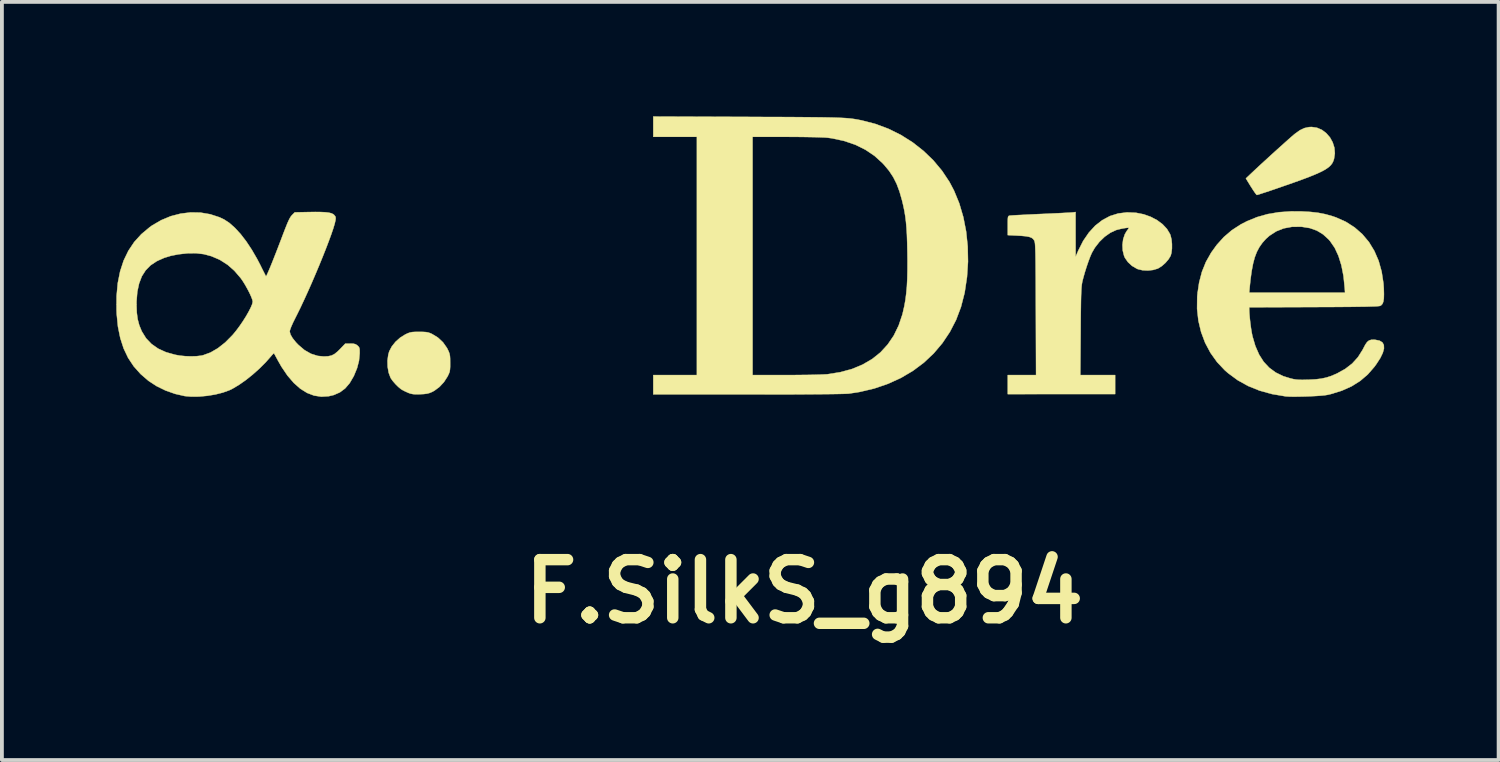
<source format=kicad_pcb>
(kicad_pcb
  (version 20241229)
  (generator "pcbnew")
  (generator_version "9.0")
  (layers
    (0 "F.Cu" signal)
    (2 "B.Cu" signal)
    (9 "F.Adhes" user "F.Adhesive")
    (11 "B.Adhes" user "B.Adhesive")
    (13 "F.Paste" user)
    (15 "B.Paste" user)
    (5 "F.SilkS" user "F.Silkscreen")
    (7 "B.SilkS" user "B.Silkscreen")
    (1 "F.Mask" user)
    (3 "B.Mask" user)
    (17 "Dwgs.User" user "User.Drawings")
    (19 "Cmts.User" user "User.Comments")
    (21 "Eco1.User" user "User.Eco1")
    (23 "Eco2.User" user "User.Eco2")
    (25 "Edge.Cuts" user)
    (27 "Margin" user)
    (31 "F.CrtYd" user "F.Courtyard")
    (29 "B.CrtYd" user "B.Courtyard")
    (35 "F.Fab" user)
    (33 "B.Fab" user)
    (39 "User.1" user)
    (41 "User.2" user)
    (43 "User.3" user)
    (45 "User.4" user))
  (footprint "F.SilkS_g894"
    (layer "F.Cu")
    (at 18.032 12.454)
    (property "Reference" "F.SilkS_g894" (at 0 0 0) (layer "F.SilkS") (effects (font (size 1.524 1.524) (thickness 0.3))))
    (attr through_hole)
    (fp_poly (pts (xy 13.44 -12.155) (xy 13.57 -12.099) (xy 13.684 -12.012) (xy 13.78 -11.902) (xy 13.851 -11.773) (xy 13.896 -11.631) (xy 13.908 -11.483) (xy 13.886 -11.337) (xy 13.867 -11.281) (xy 13.842 -11.229) (xy 13.806 -11.18) (xy 13.759 -11.133) (xy 13.696 -11.086) (xy 13.615 -11.037) (xy 13.514 -10.986) (xy 13.388 -10.93) (xy 13.236 -10.868) (xy 13.055 -10.8) (xy 12.841 -10.723) (xy 12.592 -10.636) (xy 12.351 -10.552) (xy 12.218 -10.507) (xy 12.098 -10.467) (xy 11.996 -10.434) (xy 11.92 -10.409) (xy 11.874 -10.396) (xy 11.864 -10.393) (xy 11.845 -10.411) (xy 11.81 -10.457) (xy 11.763 -10.526) (xy 11.71 -10.61) (xy 11.709 -10.61) (xy 11.576 -10.827) (xy 11.741 -10.983) (xy 11.84 -11.076) (xy 11.955 -11.183) (xy 12.081 -11.298) (xy 12.213 -11.419) (xy 12.345 -11.539) (xy 12.474 -11.655) (xy 12.593 -11.762) (xy 12.698 -11.856) (xy 12.785 -11.932) (xy 12.847 -11.985) (xy 12.866 -12) (xy 12.992 -12.09) (xy 13.109 -12.146) (xy 13.228 -12.172) (xy 13.299 -12.176) (xy 13.44 -12.155)) (stroke (width 0.01) (type solid)) (fill yes) (layer "F.SilkS"))
    (fp_poly (pts (xy -9.991 -6.804) (xy -9.914 -6.799) (xy -9.855 -6.788) (xy -9.8 -6.769) (xy -9.758 -6.75) (xy -9.604 -6.656) (xy -9.471 -6.532) (xy -9.369 -6.388) (xy -9.351 -6.354) (xy -9.319 -6.287) (xy -9.299 -6.232) (xy -9.288 -6.176) (xy -9.283 -6.105) (xy -9.282 -6.007) (xy -9.282 -5.991) (xy -9.282 -5.888) (xy -9.287 -5.816) (xy -9.296 -5.76) (xy -9.315 -5.709) (xy -9.344 -5.649) (xy -9.352 -5.633) (xy -9.445 -5.489) (xy -9.562 -5.363) (xy -9.693 -5.265) (xy -9.753 -5.232) (xy -9.823 -5.203) (xy -9.891 -5.185) (xy -9.973 -5.175) (xy -10.075 -5.17) (xy -10.179 -5.168) (xy -10.254 -5.173) (xy -10.316 -5.185) (xy -10.38 -5.207) (xy -10.395 -5.214) (xy -10.472 -5.249) (xy -10.542 -5.286) (xy -10.576 -5.308) (xy -10.641 -5.362) (xy -10.714 -5.434) (xy -10.781 -5.511) (xy -10.831 -5.58) (xy -10.844 -5.601) (xy -10.894 -5.735) (xy -10.921 -5.89) (xy -10.925 -6.052) (xy -10.904 -6.207) (xy -10.879 -6.294) (xy -10.812 -6.422) (xy -10.714 -6.545) (xy -10.593 -6.653) (xy -10.46 -6.736) (xy -10.394 -6.767) (xy -10.339 -6.787) (xy -10.282 -6.799) (xy -10.211 -6.804) (xy -10.113 -6.805) (xy -10.097 -6.805) (xy -9.991 -6.804)) (stroke (width 0.01) (type solid)) (fill yes) (layer "F.SilkS"))
    (fp_poly (pts (xy -1.476 -12.44) (xy -1.092 -12.438) (xy -0.748 -12.437) (xy -0.441 -12.436) (xy -0.169 -12.434) (xy 0.071 -12.432) (xy 0.282 -12.43) (xy 0.467 -12.428) (xy 0.626 -12.425) (xy 0.765 -12.422) (xy 0.884 -12.418) (xy 0.986 -12.414) (xy 1.075 -12.409) (xy 1.153 -12.403) (xy 1.221 -12.396) (xy 1.284 -12.388) (xy 1.343 -12.379) (xy 1.4 -12.369) (xy 1.46 -12.357) (xy 1.503 -12.349) (xy 1.86 -12.257) (xy 2.204 -12.129) (xy 2.532 -11.967) (xy 2.84 -11.773) (xy 3.124 -11.55) (xy 3.383 -11.301) (xy 3.611 -11.028) (xy 3.807 -10.733) (xy 3.925 -10.509) (xy 4.063 -10.174) (xy 4.169 -9.814) (xy 4.243 -9.436) (xy 4.284 -9.045) (xy 4.292 -8.646) (xy 4.266 -8.244) (xy 4.206 -7.844) (xy 4.201 -7.819) (xy 4.108 -7.458) (xy 3.98 -7.119) (xy 3.816 -6.802) (xy 3.62 -6.509) (xy 3.393 -6.241) (xy 3.136 -5.999) (xy 2.85 -5.785) (xy 2.537 -5.6) (xy 2.198 -5.445) (xy 1.836 -5.321) (xy 1.451 -5.23) (xy 1.165 -5.186) (xy 1.113 -5.183) (xy 1.021 -5.18) (xy 0.888 -5.177) (xy 0.717 -5.174) (xy 0.509 -5.172) (xy 0.265 -5.17) (xy -0.014 -5.168) (xy -0.327 -5.166) (xy -0.671 -5.166) (xy -1.047 -5.165) (xy -1.452 -5.165) (xy -1.486 -5.165) (xy -3.958 -5.165) (xy -3.958 -5.673) (xy -2.815 -5.673) (xy -1.355 -5.673) (xy -0.475 -5.673) (xy -0.277 -5.673) (xy -0.084 -5.675) (xy 0.097 -5.677) (xy 0.262 -5.68) (xy 0.403 -5.684) (xy 0.516 -5.689) (xy 0.594 -5.693) (xy 0.609 -5.695) (xy 0.945 -5.748) (xy 1.252 -5.832) (xy 1.529 -5.947) (xy 1.778 -6.092) (xy 1.997 -6.267) (xy 2.186 -6.473) (xy 2.346 -6.708) (xy 2.475 -6.973) (xy 2.574 -7.267) (xy 2.623 -7.481) (xy 2.652 -7.644) (xy 2.673 -7.812) (xy 2.69 -7.993) (xy 2.7 -8.191) (xy 2.705 -8.413) (xy 2.706 -8.666) (xy 2.703 -8.896) (xy 2.698 -9.14) (xy 2.691 -9.349) (xy 2.68 -9.529) (xy 2.666 -9.689) (xy 2.648 -9.834) (xy 2.625 -9.973) (xy 2.596 -10.113) (xy 2.564 -10.248) (xy 2.497 -10.482) (xy 2.422 -10.683) (xy 2.333 -10.86) (xy 2.225 -11.024) (xy 2.094 -11.182) (xy 2.051 -11.228) (xy 1.841 -11.419) (xy 1.602 -11.58) (xy 1.336 -11.711) (xy 1.045 -11.81) (xy 0.731 -11.878) (xy 0.603 -11.895) (xy 0.54 -11.9) (xy 0.44 -11.904) (xy 0.31 -11.908) (xy 0.154 -11.911) (xy -0.021 -11.914) (xy -0.21 -11.916) (xy -0.406 -11.917) (xy -0.471 -11.917) (xy -1.355 -11.917) (xy -1.355 -5.673) (xy -2.815 -5.673) (xy -2.815 -11.917) (xy -3.958 -11.917) (xy -3.958 -12.449) (xy -1.476 -12.44)) (stroke (width 0.01) (type solid)) (fill yes) (layer "F.SilkS"))
    (fp_poly (pts (xy 7.112 -9.36) (xy 7.113 -8.774) (xy 7.184 -8.938) (xy 7.312 -9.191) (xy 7.461 -9.408) (xy 7.627 -9.589) (xy 7.812 -9.733) (xy 8.012 -9.84) (xy 8.228 -9.908) (xy 8.459 -9.937) (xy 8.702 -9.926) (xy 8.703 -9.925) (xy 8.899 -9.886) (xy 9.083 -9.82) (xy 9.25 -9.732) (xy 9.393 -9.625) (xy 9.507 -9.503) (xy 9.587 -9.37) (xy 9.602 -9.329) (xy 9.626 -9.229) (xy 9.638 -9.11) (xy 9.638 -8.988) (xy 9.625 -8.877) (xy 9.604 -8.8) (xy 9.549 -8.709) (xy 9.468 -8.614) (xy 9.373 -8.53) (xy 9.276 -8.469) (xy 9.265 -8.464) (xy 9.145 -8.428) (xy 9.008 -8.413) (xy 8.869 -8.42) (xy 8.745 -8.449) (xy 8.717 -8.461) (xy 8.591 -8.535) (xy 8.484 -8.634) (xy 8.405 -8.747) (xy 8.383 -8.798) (xy 8.348 -8.938) (xy 8.341 -9.088) (xy 8.36 -9.236) (xy 8.405 -9.368) (xy 8.454 -9.45) (xy 8.488 -9.496) (xy 8.507 -9.526) (xy 8.509 -9.531) (xy 8.49 -9.534) (xy 8.441 -9.53) (xy 8.374 -9.52) (xy 8.298 -9.505) (xy 8.226 -9.488) (xy 8.176 -9.474) (xy 8.024 -9.404) (xy 7.875 -9.299) (xy 7.737 -9.166) (xy 7.617 -9.012) (xy 7.54 -8.879) (xy 7.499 -8.786) (xy 7.452 -8.662) (xy 7.403 -8.52) (xy 7.356 -8.371) (xy 7.315 -8.226) (xy 7.29 -8.128) (xy 7.282 -8.088) (xy 7.275 -8.043) (xy 7.269 -7.989) (xy 7.264 -7.923) (xy 7.26 -7.839) (xy 7.256 -7.735) (xy 7.253 -7.608) (xy 7.251 -7.452) (xy 7.248 -7.265) (xy 7.246 -7.042) (xy 7.245 -6.821) (xy 7.236 -5.673) (xy 8.149 -5.673) (xy 8.149 -5.424) (xy 8.149 -5.175) (xy 5.334 -5.173) (xy 5.334 -5.673) (xy 6.076 -5.673) (xy 6.07 -7.403) (xy 6.069 -7.716) (xy 6.068 -7.989) (xy 6.067 -8.225) (xy 6.065 -8.428) (xy 6.064 -8.599) (xy 6.062 -8.742) (xy 6.06 -8.859) (xy 6.057 -8.953) (xy 6.054 -9.028) (xy 6.051 -9.085) (xy 6.047 -9.127) (xy 6.042 -9.158) (xy 6.036 -9.18) (xy 6.03 -9.196) (xy 6.028 -9.2) (xy 5.998 -9.242) (xy 5.956 -9.273) (xy 5.896 -9.295) (xy 5.812 -9.311) (xy 5.695 -9.322) (xy 5.593 -9.328) (xy 5.334 -9.341) (xy 5.334 -9.591) (xy 5.334 -9.698) (xy 5.336 -9.769) (xy 5.341 -9.813) (xy 5.351 -9.836) (xy 5.365 -9.847) (xy 5.382 -9.851) (xy 5.413 -9.854) (xy 5.482 -9.859) (xy 5.583 -9.865) (xy 5.711 -9.871) (xy 5.861 -9.879) (xy 6.029 -9.887) (xy 6.208 -9.895) (xy 6.212 -9.895) (xy 6.393 -9.903) (xy 6.561 -9.911) (xy 6.714 -9.918) (xy 6.844 -9.925) (xy 6.948 -9.93) (xy 7.019 -9.935) (xy 7.054 -9.938) (xy 7.054 -9.938) (xy 7.112 -9.947) (xy 7.112 -9.36)) (stroke (width 0.01) (type solid)) (fill yes) (layer "F.SilkS"))
    (fp_poly (pts (xy 13.039 -9.962) (xy 13.27 -9.949) (xy 13.472 -9.926) (xy 13.656 -9.89) (xy 13.833 -9.841) (xy 13.941 -9.804) (xy 14.198 -9.689) (xy 14.427 -9.542) (xy 14.629 -9.365) (xy 14.802 -9.159) (xy 14.944 -8.925) (xy 15.056 -8.666) (xy 15.135 -8.383) (xy 15.182 -8.077) (xy 15.191 -7.947) (xy 15.195 -7.796) (xy 15.192 -7.681) (xy 15.179 -7.597) (xy 15.156 -7.539) (xy 15.121 -7.501) (xy 15.095 -7.487) (xy 15.072 -7.482) (xy 15.023 -7.477) (xy 14.948 -7.473) (xy 14.845 -7.47) (xy 14.711 -7.466) (xy 14.546 -7.464) (xy 14.346 -7.461) (xy 14.11 -7.459) (xy 13.837 -7.457) (xy 13.524 -7.456) (xy 13.351 -7.455) (xy 11.663 -7.449) (xy 11.663 -7.391) (xy 11.667 -7.298) (xy 11.677 -7.177) (xy 11.692 -7.041) (xy 11.71 -6.905) (xy 11.73 -6.783) (xy 11.748 -6.692) (xy 11.824 -6.434) (xy 11.922 -6.21) (xy 12.042 -6.021) (xy 12.188 -5.865) (xy 12.359 -5.739) (xy 12.557 -5.643) (xy 12.741 -5.586) (xy 12.82 -5.567) (xy 12.892 -5.555) (xy 12.967 -5.549) (xy 13.058 -5.547) (xy 13.176 -5.55) (xy 13.228 -5.551) (xy 13.405 -5.561) (xy 13.553 -5.579) (xy 13.684 -5.607) (xy 13.811 -5.648) (xy 13.946 -5.706) (xy 13.961 -5.712) (xy 14.179 -5.833) (xy 14.363 -5.975) (xy 14.514 -6.142) (xy 14.636 -6.335) (xy 14.652 -6.366) (xy 14.706 -6.469) (xy 14.754 -6.538) (xy 14.803 -6.578) (xy 14.862 -6.597) (xy 14.938 -6.599) (xy 14.972 -6.596) (xy 15.08 -6.574) (xy 15.154 -6.529) (xy 15.192 -6.46) (xy 15.196 -6.369) (xy 15.165 -6.255) (xy 15.1 -6.12) (xy 14.999 -5.964) (xy 14.945 -5.889) (xy 14.771 -5.689) (xy 14.573 -5.52) (xy 14.349 -5.379) (xy 14.095 -5.265) (xy 13.809 -5.176) (xy 13.716 -5.154) (xy 13.646 -5.143) (xy 13.543 -5.133) (xy 13.415 -5.124) (xy 13.272 -5.117) (xy 13.122 -5.111) (xy 12.975 -5.108) (xy 12.838 -5.106) (xy 12.722 -5.108) (xy 12.634 -5.113) (xy 12.615 -5.115) (xy 12.26 -5.175) (xy 11.934 -5.265) (xy 11.635 -5.386) (xy 11.361 -5.538) (xy 11.11 -5.723) (xy 11.023 -5.799) (xy 10.82 -6.014) (xy 10.648 -6.255) (xy 10.508 -6.518) (xy 10.402 -6.801) (xy 10.331 -7.099) (xy 10.297 -7.408) (xy 10.3 -7.724) (xy 10.306 -7.794) (xy 10.311 -7.832) (xy 11.663 -7.832) (xy 14.175 -7.832) (xy 14.167 -7.953) (xy 14.135 -8.268) (xy 14.08 -8.548) (xy 14.003 -8.795) (xy 13.905 -9.007) (xy 13.784 -9.183) (xy 13.747 -9.226) (xy 13.599 -9.361) (xy 13.436 -9.46) (xy 13.253 -9.525) (xy 13.044 -9.559) (xy 13.016 -9.561) (xy 12.782 -9.558) (xy 12.567 -9.518) (xy 12.371 -9.44) (xy 12.194 -9.325) (xy 12.102 -9.243) (xy 12.008 -9.138) (xy 11.929 -9.026) (xy 11.863 -8.901) (xy 11.808 -8.758) (xy 11.764 -8.592) (xy 11.727 -8.397) (xy 11.696 -8.17) (xy 11.675 -7.964) (xy 11.663 -7.832) (xy 10.311 -7.832) (xy 10.351 -8.1) (xy 10.424 -8.379) (xy 10.528 -8.637) (xy 10.666 -8.881) (xy 10.813 -9.085) (xy 10.999 -9.291) (xy 11.207 -9.469) (xy 11.443 -9.622) (xy 11.604 -9.705) (xy 11.868 -9.813) (xy 12.147 -9.892) (xy 12.445 -9.942) (xy 12.767 -9.964) (xy 13.039 -9.962)) (stroke (width 0.01) (type solid)) (fill yes) (layer "F.SilkS"))
    (fp_poly (pts (xy -12.667 -9.946) (xy -12.549 -9.94) (xy -12.46 -9.929) (xy -12.395 -9.913) (xy -12.348 -9.89) (xy -12.325 -9.871) (xy -12.292 -9.832) (xy -12.282 -9.79) (xy -12.288 -9.731) (xy -12.309 -9.64) (xy -12.346 -9.516) (xy -12.398 -9.363) (xy -12.463 -9.186) (xy -12.538 -8.989) (xy -12.622 -8.777) (xy -12.713 -8.554) (xy -12.809 -8.326) (xy -12.908 -8.095) (xy -13.008 -7.869) (xy -13.108 -7.65) (xy -13.205 -7.443) (xy -13.298 -7.254) (xy -13.33 -7.191) (xy -13.401 -7.048) (xy -13.451 -6.935) (xy -13.48 -6.855) (xy -13.488 -6.814) (xy -13.468 -6.736) (xy -13.413 -6.641) (xy -13.326 -6.532) (xy -13.262 -6.465) (xy -13.101 -6.328) (xy -12.931 -6.231) (xy -12.754 -6.175) (xy -12.598 -6.16) (xy -12.484 -6.165) (xy -12.393 -6.184) (xy -12.314 -6.224) (xy -12.234 -6.289) (xy -12.17 -6.352) (xy -12.03 -6.498) (xy -11.901 -6.498) (xy -11.82 -6.495) (xy -11.766 -6.482) (xy -11.722 -6.456) (xy -11.712 -6.447) (xy -11.681 -6.417) (xy -11.663 -6.386) (xy -11.655 -6.341) (xy -11.654 -6.27) (xy -11.654 -6.241) (xy -11.672 -6.048) (xy -11.722 -5.855) (xy -11.806 -5.651) (xy -11.814 -5.636) (xy -11.917 -5.46) (xy -12.036 -5.322) (xy -12.173 -5.22) (xy -12.332 -5.15) (xy -12.466 -5.118) (xy -12.66 -5.106) (xy -12.849 -5.135) (xy -13.033 -5.205) (xy -13.211 -5.316) (xy -13.382 -5.468) (xy -13.547 -5.66) (xy -13.704 -5.891) (xy -13.802 -6.064) (xy -13.843 -6.14) (xy -13.876 -6.201) (xy -13.896 -6.237) (xy -13.9 -6.243) (xy -13.916 -6.234) (xy -13.95 -6.199) (xy -13.975 -6.169) (xy -14.119 -6.006) (xy -14.282 -5.843) (xy -14.458 -5.686) (xy -14.638 -5.542) (xy -14.815 -5.418) (xy -14.981 -5.319) (xy -15.068 -5.276) (xy -15.239 -5.214) (xy -15.437 -5.164) (xy -15.65 -5.129) (xy -15.865 -5.109) (xy -16.068 -5.107) (xy -16.239 -5.122) (xy -16.493 -5.18) (xy -16.743 -5.268) (xy -16.978 -5.383) (xy -17.186 -5.519) (xy -17.187 -5.519) (xy -17.398 -5.701) (xy -17.577 -5.902) (xy -17.724 -6.124) (xy -17.841 -6.37) (xy -17.929 -6.641) (xy -17.99 -6.941) (xy -18.023 -7.272) (xy -18.027 -7.377) (xy -18.027 -7.518) (xy -17.504 -7.518) (xy -17.497 -7.313) (xy -17.474 -7.138) (xy -17.432 -6.98) (xy -17.37 -6.829) (xy -17.364 -6.816) (xy -17.254 -6.638) (xy -17.112 -6.489) (xy -16.937 -6.366) (xy -16.731 -6.272) (xy -16.493 -6.205) (xy -16.366 -6.182) (xy -16.224 -6.168) (xy -16.076 -6.163) (xy -15.933 -6.167) (xy -15.81 -6.181) (xy -15.76 -6.192) (xy -15.565 -6.263) (xy -15.371 -6.376) (xy -15.178 -6.528) (xy -14.989 -6.719) (xy -14.974 -6.736) (xy -14.887 -6.842) (xy -14.798 -6.962) (xy -14.712 -7.088) (xy -14.632 -7.215) (xy -14.563 -7.336) (xy -14.508 -7.444) (xy -14.471 -7.532) (xy -14.457 -7.595) (xy -14.457 -7.598) (xy -14.468 -7.65) (xy -14.498 -7.728) (xy -14.542 -7.825) (xy -14.597 -7.931) (xy -14.657 -8.038) (xy -14.719 -8.138) (xy -14.773 -8.215) (xy -14.938 -8.407) (xy -15.114 -8.562) (xy -15.309 -8.687) (xy -15.347 -8.706) (xy -15.541 -8.789) (xy -15.738 -8.842) (xy -15.946 -8.867) (xy -16.172 -8.864) (xy -16.404 -8.838) (xy -16.602 -8.799) (xy -16.776 -8.746) (xy -16.943 -8.672) (xy -16.979 -8.654) (xy -17.135 -8.55) (xy -17.263 -8.42) (xy -17.364 -8.262) (xy -17.436 -8.074) (xy -17.483 -7.856) (xy -17.503 -7.606) (xy -17.504 -7.518) (xy -18.027 -7.518) (xy -18.026 -7.744) (xy -17.995 -8.082) (xy -17.933 -8.392) (xy -17.841 -8.674) (xy -17.718 -8.929) (xy -17.564 -9.16) (xy -17.377 -9.366) (xy -17.158 -9.549) (xy -17.095 -9.594) (xy -16.856 -9.733) (xy -16.606 -9.837) (xy -16.347 -9.904) (xy -16.086 -9.936) (xy -15.826 -9.931) (xy -15.572 -9.888) (xy -15.33 -9.809) (xy -15.208 -9.751) (xy -15.069 -9.66) (xy -14.924 -9.531) (xy -14.775 -9.369) (xy -14.627 -9.177) (xy -14.482 -8.958) (xy -14.343 -8.718) (xy -14.262 -8.563) (xy -14.212 -8.461) (xy -14.168 -8.374) (xy -14.134 -8.307) (xy -14.114 -8.268) (xy -14.11 -8.261) (xy -14.098 -8.276) (xy -14.074 -8.326) (xy -14.038 -8.408) (xy -13.991 -8.519) (xy -13.937 -8.653) (xy -13.876 -8.807) (xy -13.81 -8.976) (xy -13.74 -9.158) (xy -13.705 -9.25) (xy -13.641 -9.419) (xy -13.589 -9.552) (xy -13.547 -9.656) (xy -13.512 -9.733) (xy -13.482 -9.791) (xy -13.456 -9.832) (xy -13.431 -9.862) (xy -13.429 -9.864) (xy -13.355 -9.938) (xy -13.004 -9.945) (xy -12.817 -9.948) (xy -12.667 -9.946)) (stroke (width 0.01) (type solid)) (fill yes) (layer "F.SilkS")))
  (gr_rect
    (start -3 -3)
    (end 36.233 16.872)
    (stroke (width 0.1) (type default))
    (fill no)
    (layer "Edge.Cuts")))
</source>
